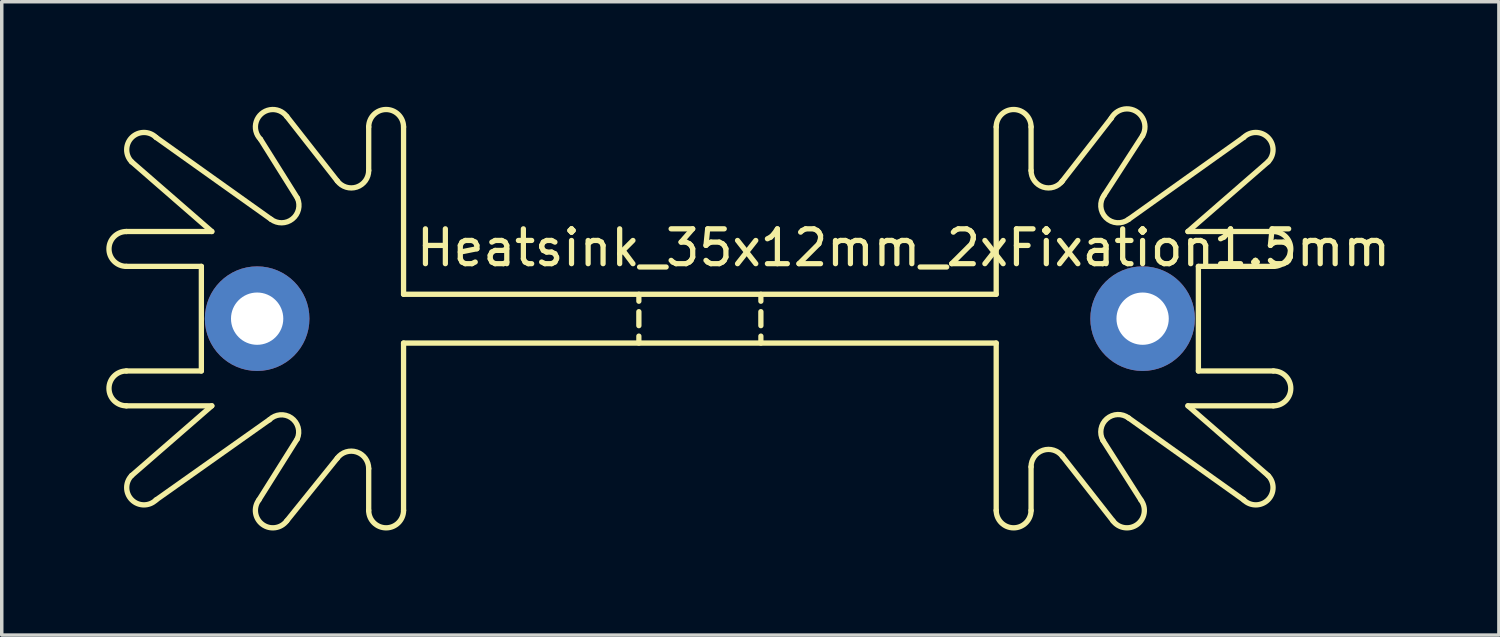
<source format=kicad_pcb>
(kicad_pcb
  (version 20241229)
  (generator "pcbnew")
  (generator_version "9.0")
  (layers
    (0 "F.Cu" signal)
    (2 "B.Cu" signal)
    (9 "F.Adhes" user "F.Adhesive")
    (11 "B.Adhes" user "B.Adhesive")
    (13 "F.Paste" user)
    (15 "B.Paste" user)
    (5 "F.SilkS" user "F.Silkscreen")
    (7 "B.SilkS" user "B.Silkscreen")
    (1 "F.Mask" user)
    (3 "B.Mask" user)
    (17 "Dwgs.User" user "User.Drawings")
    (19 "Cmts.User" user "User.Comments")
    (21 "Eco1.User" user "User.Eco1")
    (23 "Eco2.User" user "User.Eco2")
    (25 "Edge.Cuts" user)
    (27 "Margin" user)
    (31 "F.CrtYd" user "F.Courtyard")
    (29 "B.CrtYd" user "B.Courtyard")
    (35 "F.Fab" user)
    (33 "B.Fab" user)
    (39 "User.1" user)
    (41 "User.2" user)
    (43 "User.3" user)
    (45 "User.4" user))
  (footprint "Heatsink_35x12mm_2xFixation1.5mm"
    (layer "F.Cu")
    (at 17.026 6.091)
    (property "Reference" "Heatsink_35x12mm_2xFixation1.5mm" (at 5.842 -2.032 0) (layer "F.SilkS") (effects (font (size 1 1) (thickness 0.15))))
    (attr through_hole)
    (fp_line (start -16.45 -2.5) (end -14 -2.5) (stroke (width 0.152) (type solid)) (layer "F.SilkS"))
    (fp_line (start -16.45 1.5) (end -14.3 1.5) (stroke (width 0.152) (type solid)) (layer "F.SilkS"))
    (fp_line (start -16.3 4.5) (end -14 2.5) (stroke (width 0.152) (type solid)) (layer "F.SilkS"))
    (fp_line (start -15.6 -5.2) (end -12.3 -2.85) (stroke (width 0.152) (type solid)) (layer "F.SilkS"))
    (fp_line (start -14.3 -1.5) (end -16.45 -1.5) (stroke (width 0.152) (type solid)) (layer "F.SilkS"))
    (fp_line (start -14.3 1.5) (end -14.3 -1.5) (stroke (width 0.152) (type solid)) (layer "F.SilkS"))
    (fp_line (start -14 -2.5) (end -16.3 -4.5) (stroke (width 0.152) (type solid)) (layer "F.SilkS"))
    (fp_line (start -14 2.5) (end -16.45 2.5) (stroke (width 0.152) (type solid)) (layer "F.SilkS"))
    (fp_line (start -12.65 5.2) (end -11.55 3.45) (stroke (width 0.152) (type solid)) (layer "F.SilkS"))
    (fp_line (start -12.35 2.9) (end -15.6 5.2) (stroke (width 0.152) (type solid)) (layer "F.SilkS"))
    (fp_line (start -11.85 -5.8) (end -10.4 -3.95) (stroke (width 0.152) (type solid)) (layer "F.SilkS"))
    (fp_line (start -11.543 -3.453) (end -12.604 -5.146) (stroke (width 0.152) (type solid)) (layer "F.SilkS"))
    (fp_line (start -10.4 4) (end -11.85 5.8) (stroke (width 0.152) (type solid)) (layer "F.SilkS"))
    (fp_line (start -9.5 -4.25) (end -9.5 -5.5) (stroke (width 0.152) (type solid)) (layer "F.SilkS"))
    (fp_line (start -9.5 5.5) (end -9.5 4.3) (stroke (width 0.152) (type solid)) (layer "F.SilkS"))
    (fp_line (start -8.5 -5.5) (end -8.5 -0.7) (stroke (width 0.152) (type solid)) (layer "F.SilkS"))
    (fp_line (start -8.5 -0.7) (end 8.5 -0.7) (stroke (width 0.152) (type solid)) (layer "F.SilkS"))
    (fp_line (start -8.5 0.7) (end -8.5 5.5) (stroke (width 0.152) (type solid)) (layer "F.SilkS"))
    (fp_line (start -1.75 -0.7) (end -1.75 -0.5) (stroke (width 0.15) (type solid)) (layer "F.SilkS"))
    (fp_line (start -1.75 0.2) (end -1.75 -0.2) (stroke (width 0.152) (type solid)) (layer "F.SilkS"))
    (fp_line (start -1.75 0.5) (end -1.75 0.7) (stroke (width 0.15) (type solid)) (layer "F.SilkS"))
    (fp_line (start 1.75 -0.7) (end 1.75 -0.5) (stroke (width 0.15) (type solid)) (layer "F.SilkS"))
    (fp_line (start 1.75 -0.2) (end 1.75 0.2) (stroke (width 0.152) (type solid)) (layer "F.SilkS"))
    (fp_line (start 1.75 0.5) (end 1.75 0.7) (stroke (width 0.15) (type solid)) (layer "F.SilkS"))
    (fp_line (start 8.5 -0.7) (end 8.5 -5.5) (stroke (width 0.152) (type solid)) (layer "F.SilkS"))
    (fp_line (start 8.5 0.7) (end -8.5 0.7) (stroke (width 0.152) (type solid)) (layer "F.SilkS"))
    (fp_line (start 8.5 0.7) (end 8.5 5.5) (stroke (width 0.152) (type solid)) (layer "F.SilkS"))
    (fp_line (start 9.5 -4.25) (end 9.5 -5.5) (stroke (width 0.152) (type solid)) (layer "F.SilkS"))
    (fp_line (start 9.5 4.25) (end 9.5 5.5) (stroke (width 0.152) (type solid)) (layer "F.SilkS"))
    (fp_line (start 11.563 3.493) (end 12.65 5.2) (stroke (width 0.152) (type solid)) (layer "F.SilkS"))
    (fp_line (start 11.8 -5.75) (end 10.376 -3.921) (stroke (width 0.152) (type solid)) (layer "F.SilkS"))
    (fp_line (start 11.85 5.8) (end 10.4 3.95) (stroke (width 0.152) (type solid)) (layer "F.SilkS"))
    (fp_line (start 12.3 -2.85) (end 15.6 -5.2) (stroke (width 0.152) (type solid)) (layer "F.SilkS"))
    (fp_line (start 12.7 -5.25) (end 11.6 -3.55) (stroke (width 0.152) (type solid)) (layer "F.SilkS"))
    (fp_line (start 14 -2.5) (end 16.45 -2.5) (stroke (width 0.152) (type solid)) (layer "F.SilkS"))
    (fp_line (start 14 2.5) (end 16.3 4.5) (stroke (width 0.152) (type solid)) (layer "F.SilkS"))
    (fp_line (start 14.3 -1.5) (end 14.3 1.5) (stroke (width 0.152) (type solid)) (layer "F.SilkS"))
    (fp_line (start 14.3 1.5) (end 16.45 1.5) (stroke (width 0.152) (type solid)) (layer "F.SilkS"))
    (fp_line (start 15.6 5.2) (end 12.3 2.85) (stroke (width 0.152) (type solid)) (layer "F.SilkS"))
    (fp_line (start 16.3 -4.5) (end 14 -2.5) (stroke (width 0.152) (type solid)) (layer "F.SilkS"))
    (fp_line (start 16.45 -1.5) (end 14.3 -1.5) (stroke (width 0.152) (type solid)) (layer "F.SilkS"))
    (fp_line (start 16.45 2.5) (end 14 2.5) (stroke (width 0.152) (type solid)) (layer "F.SilkS"))
    (fp_arc (start -16.45 -1.5) (mid -16.95 -2) (end -16.45 -2.5) (stroke (width 0.1524) (type solid)) (layer "F.SilkS"))
    (fp_arc (start -16.45 2.5) (mid -16.95 2) (end -16.45 1.5) (stroke (width 0.1524) (type solid)) (layer "F.SilkS"))
    (fp_arc (start -16.299999 -4.500001) (mid -16.299999 -5.199999) (end -15.600001 -5.199999) (stroke (width 0.1524) (type solid)) (layer "F.SilkS"))
    (fp_arc (start -15.600001 5.199999) (mid -16.299999 5.199999) (end -16.299999 4.500001) (stroke (width 0.1524) (type solid)) (layer "F.SilkS"))
    (fp_arc (start -12.603552 -5.146447) (mid -12.577601 -5.877726) (end -11.850001 -5.8) (stroke (width 0.1524) (type solid)) (layer "F.SilkS"))
    (fp_arc (start -12.34821 2.90179) (mid -11.72121 2.844073) (end -11.55 3.45) (stroke (width 0.1524) (type solid)) (layer "F.SilkS"))
    (fp_arc (start -11.85 5.799999) (mid -12.549999 5.9) (end -12.65 5.200001) (stroke (width 0.1524) (type solid)) (layer "F.SilkS"))
    (fp_arc (start -11.543094 -3.453069) (mid -11.688427 -2.858947) (end -12.3 -2.85) (stroke (width 0.1524) (type solid)) (layer "F.SilkS"))
    (fp_arc (start -10.4 4) (mid -9.841886 3.825658) (end -9.5 4.3) (stroke (width 0.1524) (type solid)) (layer "F.SilkS"))
    (fp_arc (start -9.5 -5.5) (mid -9 -6) (end -8.5 -5.5) (stroke (width 0.1524) (type solid)) (layer "F.SilkS"))
    (fp_arc (start -9.5 -4.25) (mid -9.841886 -3.775658) (end -10.4 -3.95) (stroke (width 0.1524) (type solid)) (layer "F.SilkS"))
    (fp_arc (start -8.5 5.5) (mid -9 6) (end -9.5 5.5) (stroke (width 0.1524) (type solid)) (layer "F.SilkS"))
    (fp_arc (start 8.5 -5.5) (mid 9 -6) (end 9.5 -5.5) (stroke (width 0.1524) (type solid)) (layer "F.SilkS"))
    (fp_arc (start 9.5 4.25) (mid 9.841886 3.775658) (end 10.4 3.95) (stroke (width 0.1524) (type solid)) (layer "F.SilkS"))
    (fp_arc (start 9.5 5.5) (mid 9 6) (end 8.5 5.5) (stroke (width 0.1524) (type solid)) (layer "F.SilkS"))
    (fp_arc (start 10.4 -3.95) (mid 9.841886 -3.775658) (end 9.5 -4.25) (stroke (width 0.1524) (type solid)) (layer "F.SilkS"))
    (fp_arc (start 11.562922 3.492821) (mid 11.671363 2.873175) (end 12.299999 2.85) (stroke (width 0.1524) (type solid)) (layer "F.SilkS"))
    (fp_arc (start 11.800001 -5.749999) (mid 12.499999 -5.949999) (end 12.699999 -5.250001) (stroke (width 0.1524) (type solid)) (layer "F.SilkS"))
    (fp_arc (start 12.3 -2.85) (mid 11.646447 -2.896446) (end 11.6 -3.549999) (stroke (width 0.1524) (type solid)) (layer "F.SilkS"))
    (fp_arc (start 12.65 5.2) (mid 12.55 5.9) (end 11.85 5.8) (stroke (width 0.1524) (type solid)) (layer "F.SilkS"))
    (fp_arc (start 15.600001 -5.199999) (mid 16.299999 -5.199999) (end 16.299999 -4.500001) (stroke (width 0.1524) (type solid)) (layer "F.SilkS"))
    (fp_arc (start 16.299999 4.500001) (mid 16.299999 5.199999) (end 15.600001 5.199999) (stroke (width 0.1524) (type solid)) (layer "F.SilkS"))
    (fp_arc (start 16.45 -2.5) (mid 16.95 -2) (end 16.45 -1.5) (stroke (width 0.1524) (type solid)) (layer "F.SilkS"))
    (fp_arc (start 16.45 1.5) (mid 16.95 2) (end 16.45 2.5) (stroke (width 0.1524) (type solid)) (layer "F.SilkS"))
    (pad "1" thru_hole circle (at -12.7 0) (size 3 3) (drill 1.5) (layers "*.Cu" "*.Mask"))
    (pad "1" thru_hole circle (at 12.7 0) (size 3 3) (drill 1.5) (layers "*.Cu" "*.Mask")))
  (gr_rect
    (start -3 -3)
    (end 39.946 15.167)
    (stroke (width 0.1) (type default))
    (fill no)
    (layer "Edge.Cuts")))
</source>
